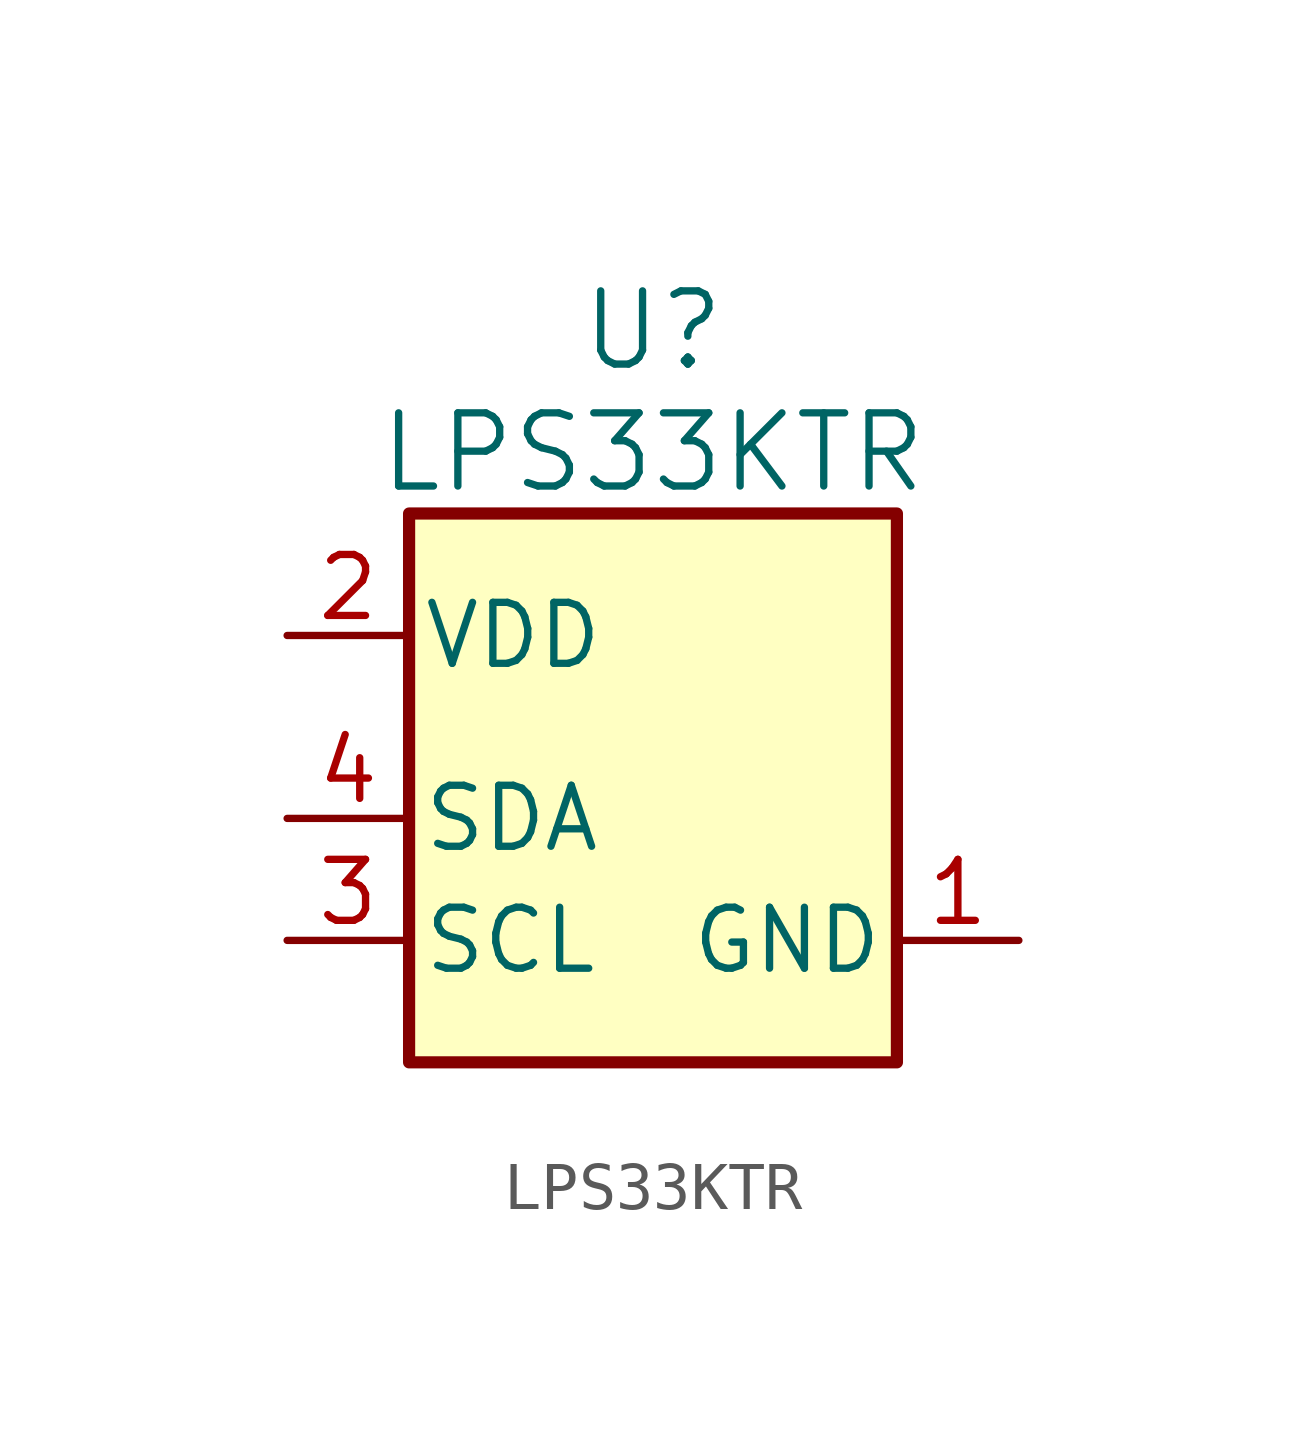
<source format=kicad_sym>
(kicad_symbol_lib
  (version 20220914)
  (generator kicad_symbol_editor)
  (symbol "LPS33KTR"
    (pin_names
      (offset 0.254))
    (property "Reference" "U"
      (at 0 7.62 0)
      (effects (font (size 1.524 1.524))))
    (property "Value" "LPS33KTR"
      (at 0 5.08 0)
      (effects (font (size 1.524 1.524))))
    (property "ki_locked" ""
      (at 0 0 0)
      (effects (font (size 1.27 1.27))))
    (symbol "LPS33KTR_1_1"
      (rectangle (start -5.08 3.81) (end 5.08 -7.62) (stroke (width 0.254) (type default)) (fill (type background)))
      (pin power_out line (at 7.62 -5.08 180) (length 2.54) (name "GND" (effects (font (size 1.27 1.27)))) (number "1" (effects (font (size 1.27 1.27)))))
      (pin power_in line (at -7.62 1.27 0) (length 2.54) (name "VDD" (effects (font (size 1.27 1.27)))) (number "2" (effects (font (size 1.27 1.27)))))
      (pin input line (at -7.62 -5.08 0) (length 2.54) (name "SCL" (effects (font (size 1.27 1.27)))) (number "3" (effects (font (size 1.27 1.27)))))
      (pin bidirectional line (at -7.62 -2.54 0) (length 2.54) (name "SDA" (effects (font (size 1.27 1.27)))) (number "4" (effects (font (size 1.27 1.27))))))))
</source>
